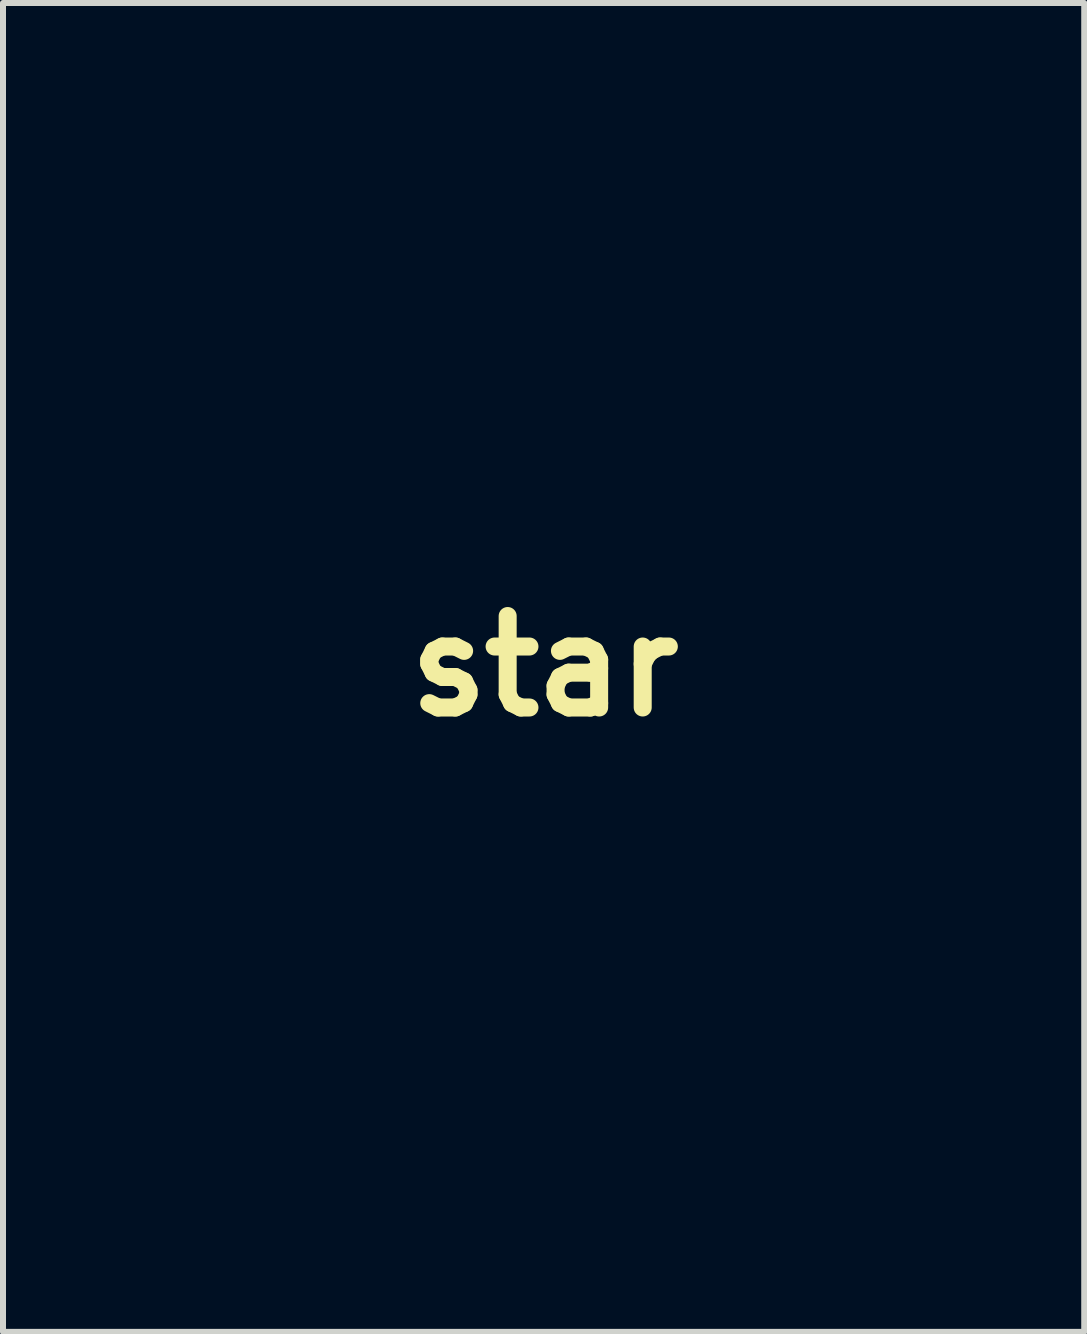
<source format=kicad_pcb>
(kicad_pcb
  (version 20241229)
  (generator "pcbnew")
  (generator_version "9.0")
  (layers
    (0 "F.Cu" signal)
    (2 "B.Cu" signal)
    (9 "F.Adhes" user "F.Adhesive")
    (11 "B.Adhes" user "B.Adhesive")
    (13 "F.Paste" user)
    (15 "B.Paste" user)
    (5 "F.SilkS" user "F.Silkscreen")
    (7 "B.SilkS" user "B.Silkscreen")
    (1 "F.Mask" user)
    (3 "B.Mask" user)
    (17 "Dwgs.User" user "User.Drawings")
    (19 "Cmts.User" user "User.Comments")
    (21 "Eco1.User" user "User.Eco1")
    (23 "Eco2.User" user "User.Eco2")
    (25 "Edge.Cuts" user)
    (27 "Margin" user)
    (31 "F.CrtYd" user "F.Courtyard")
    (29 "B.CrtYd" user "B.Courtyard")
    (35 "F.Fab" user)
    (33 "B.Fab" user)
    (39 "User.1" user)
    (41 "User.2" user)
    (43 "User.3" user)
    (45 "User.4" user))
  (footprint "star"
    (layer "F.Cu")
    (at 6.025 8.048)
    (property "Reference" "star" (at 0 0 0) (layer "F.SilkS") (effects (font (size 1.524 1.524) (thickness 0.3))))
    (attr board_only exclude_from_pos_files exclude_from_bom)
    (fp_poly (pts (xy -1.212 -8.028) (xy -1.182 -7.964) (xy -1.134 -7.859) (xy -1.07 -7.716) (xy -0.991 -7.539) (xy -0.899 -7.33) (xy -0.796 -7.093) (xy -0.681 -6.83) (xy -0.558 -6.544) (xy -0.426 -6.239) (xy -0.288 -5.918) (xy -0.165 -5.632) (xy 0.878 -3.198) (xy 1.133 -3.115) (xy 1.23 -3.083) (xy 1.365 -3.039) (xy 1.528 -2.986) (xy 1.708 -2.928) (xy 1.895 -2.867) (xy 2.011 -2.829) (xy 2.172 -2.776) (xy 2.363 -2.713) (xy 2.579 -2.641) (xy 2.815 -2.562) (xy 3.069 -2.477) (xy 3.335 -2.388) (xy 3.608 -2.295) (xy 3.886 -2.201) (xy 4.164 -2.107) (xy 4.436 -2.015) (xy 4.7 -1.925) (xy 4.951 -1.839) (xy 5.185 -1.759) (xy 5.397 -1.686) (xy 5.583 -1.622) (xy 5.74 -1.567) (xy 5.862 -1.524) (xy 5.945 -1.494) (xy 5.986 -1.478) (xy 5.989 -1.476) (xy 5.972 -1.459) (xy 5.918 -1.413) (xy 5.831 -1.341) (xy 5.714 -1.246) (xy 5.571 -1.13) (xy 5.404 -0.997) (xy 5.218 -0.848) (xy 5.016 -0.687) (xy 4.801 -0.516) (xy 4.576 -0.338) (xy 4.346 -0.156) (xy 4.113 0.028) (xy 3.881 0.21) (xy 3.653 0.389) (xy 3.433 0.561) (xy 3.224 0.724) (xy 3.03 0.875) (xy 2.853 1.012) (xy 2.729 1.107) (xy 2.737 1.131) (xy 2.764 1.197) (xy 2.807 1.3) (xy 2.864 1.437) (xy 2.933 1.602) (xy 3.014 1.79) (xy 3.102 1.998) (xy 3.196 2.217) (xy 3.446 2.805) (xy 3.696 3.411) (xy 3.95 4.038) (xy 4.209 4.692) (xy 4.476 5.378) (xy 4.752 6.102) (xy 5.039 6.868) (xy 5.107 7.05) (xy 5.181 7.251) (xy 5.252 7.441) (xy 5.316 7.613) (xy 5.371 7.761) (xy 5.415 7.88) (xy 5.446 7.961) (xy 5.46 7.998) (xy 5.479 8.057) (xy 5.482 8.089) (xy 5.478 8.092) (xy 5.458 8.072) (xy 5.409 8.018) (xy 5.335 7.933) (xy 5.238 7.821) (xy 5.123 7.686) (xy 4.993 7.532) (xy 4.852 7.364) (xy 4.785 7.284) (xy 4.627 7.096) (xy 4.449 6.885) (xy 4.256 6.654) (xy 4.048 6.408) (xy 3.829 6.148) (xy 3.602 5.878) (xy 3.368 5.602) (xy 3.131 5.321) (xy 2.893 5.04) (xy 2.657 4.761) (xy 2.425 4.487) (xy 2.2 4.221) (xy 1.984 3.967) (xy 1.781 3.727) (xy 1.592 3.505) (xy 1.421 3.304) (xy 1.269 3.126) (xy 1.14 2.975) (xy 1.036 2.854) (xy 0.96 2.766) (xy 0.915 2.714) (xy 0.894 2.728) (xy 0.835 2.772) (xy 0.743 2.844) (xy 0.618 2.944) (xy 0.464 3.069) (xy 0.282 3.216) (xy 0.076 3.385) (xy -0.154 3.573) (xy -0.403 3.778) (xy -0.67 3.998) (xy -0.953 4.232) (xy -1.249 4.478) (xy -1.556 4.733) (xy -1.569 4.743) (xy -1.876 4.998) (xy -2.172 5.244) (xy -2.455 5.478) (xy -2.723 5.699) (xy -2.972 5.905) (xy -3.201 6.094) (xy -3.408 6.264) (xy -3.589 6.412) (xy -3.743 6.538) (xy -3.868 6.639) (xy -3.961 6.713) (xy -4.019 6.759) (xy -4.041 6.774) (xy -4.041 6.774) (xy -4.037 6.746) (xy -4.023 6.673) (xy -4 6.556) (xy -3.969 6.4) (xy -3.931 6.206) (xy -3.885 5.98) (xy -3.833 5.724) (xy -3.776 5.441) (xy -3.713 5.135) (xy -3.647 4.809) (xy -3.577 4.466) (xy -3.504 4.11) (xy -3.429 3.744) (xy -3.353 3.371) (xy -3.275 2.995) (xy -3.198 2.619) (xy -3.121 2.247) (xy -3.046 1.881) (xy -2.972 1.525) (xy -2.901 1.182) (xy -2.833 0.856) (xy -2.77 0.55) (xy -2.711 0.267) (xy -2.657 0.01) (xy -2.609 -0.216) (xy -2.569 -0.41) (xy -2.535 -0.566) (xy -2.51 -0.683) (xy -2.505 -0.704) (xy -2.436 -1.013) (xy -3.059 -1.76) (xy -3.16 -1.881) (xy -3.281 -2.028) (xy -3.42 -2.198) (xy -3.575 -2.388) (xy -3.743 -2.594) (xy -3.921 -2.814) (xy -4.107 -3.043) (xy -4.298 -3.278) (xy -4.491 -3.517) (xy -4.684 -3.755) (xy -4.874 -3.99) (xy -5.058 -4.219) (xy -5.234 -4.438) (xy -5.399 -4.643) (xy -5.55 -4.832) (xy -5.685 -5.001) (xy -5.801 -5.148) (xy -5.896 -5.268) (xy -5.967 -5.358) (xy -6.011 -5.415) (xy -6.025 -5.436) (xy -6.025 -5.436) (xy -6 -5.43) (xy -5.931 -5.41) (xy -5.821 -5.378) (xy -5.676 -5.334) (xy -5.498 -5.28) (xy -5.292 -5.218) (xy -5.062 -5.148) (xy -4.812 -5.071) (xy -4.547 -4.99) (xy -4.492 -4.973) (xy -4.16 -4.872) (xy -3.835 -4.774) (xy -3.52 -4.681) (xy -3.221 -4.593) (xy -2.939 -4.512) (xy -2.681 -4.439) (xy -2.448 -4.375) (xy -2.246 -4.32) (xy -2.078 -4.277) (xy -1.948 -4.246) (xy -1.86 -4.229) (xy -1.824 -4.225) (xy -1.817 -4.225) (xy -1.809 -4.229) (xy -1.802 -4.24) (xy -1.794 -4.259) (xy -1.786 -4.292) (xy -1.775 -4.34) (xy -1.763 -4.407) (xy -1.748 -4.497) (xy -1.73 -4.611) (xy -1.708 -4.754) (xy -1.682 -4.929) (xy -1.652 -5.138) (xy -1.616 -5.385) (xy -1.575 -5.673) (xy -1.528 -6.005) (xy -1.474 -6.384) (xy -1.474 -6.388) (xy -1.433 -6.671) (xy -1.394 -6.94) (xy -1.358 -7.189) (xy -1.325 -7.414) (xy -1.295 -7.613) (xy -1.27 -7.779) (xy -1.249 -7.909) (xy -1.234 -7.998) (xy -1.226 -8.044) (xy -1.224 -8.048)) (stroke (width 0) (type solid)) (fill yes) (layer "F.Mask")))
  (gr_rect
    (start -3 -3)
    (end 15.014 19.14)
    (stroke (width 0.1) (type default))
    (fill no)
    (layer "Edge.Cuts")))
</source>
